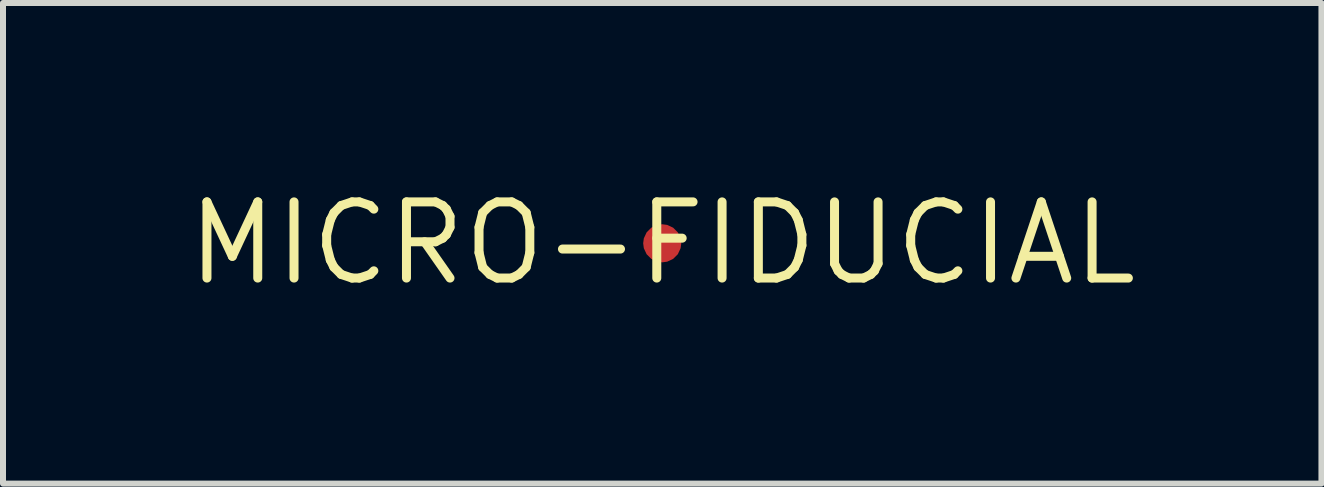
<source format=kicad_pcb>
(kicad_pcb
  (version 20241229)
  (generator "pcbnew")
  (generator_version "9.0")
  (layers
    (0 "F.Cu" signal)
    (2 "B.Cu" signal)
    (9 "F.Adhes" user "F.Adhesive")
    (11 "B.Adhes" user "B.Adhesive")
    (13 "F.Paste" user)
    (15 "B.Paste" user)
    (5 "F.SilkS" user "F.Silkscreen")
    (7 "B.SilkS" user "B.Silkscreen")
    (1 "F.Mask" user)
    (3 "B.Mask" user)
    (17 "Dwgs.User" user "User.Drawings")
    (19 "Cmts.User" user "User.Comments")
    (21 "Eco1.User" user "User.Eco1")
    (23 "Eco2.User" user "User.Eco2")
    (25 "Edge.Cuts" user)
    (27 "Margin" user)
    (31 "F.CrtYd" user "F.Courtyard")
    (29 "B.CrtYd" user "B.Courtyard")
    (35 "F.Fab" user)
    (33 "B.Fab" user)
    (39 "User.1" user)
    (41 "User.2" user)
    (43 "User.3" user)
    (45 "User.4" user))
  (footprint "MICRO-FIDUCIAL"
    (layer "F.Cu")
    (at 7.99 1.006)
    (property "Reference" "MICRO-FIDUCIAL" (at 0 0 0) (layer "F.SilkS") (effects (font (size 1.27 1.27) (thickness 0.15))))
    (pad "1" smd roundrect (at 0 0) (size 0.635 0.635) (layers "F.Cu" "F.Mask") (roundrect_rratio 0.5)))
  (gr_rect
    (start -3 -3)
    (end 18.98 5.012)
    (stroke (width 0.1) (type default))
    (fill no)
    (layer "Edge.Cuts")))
</source>
